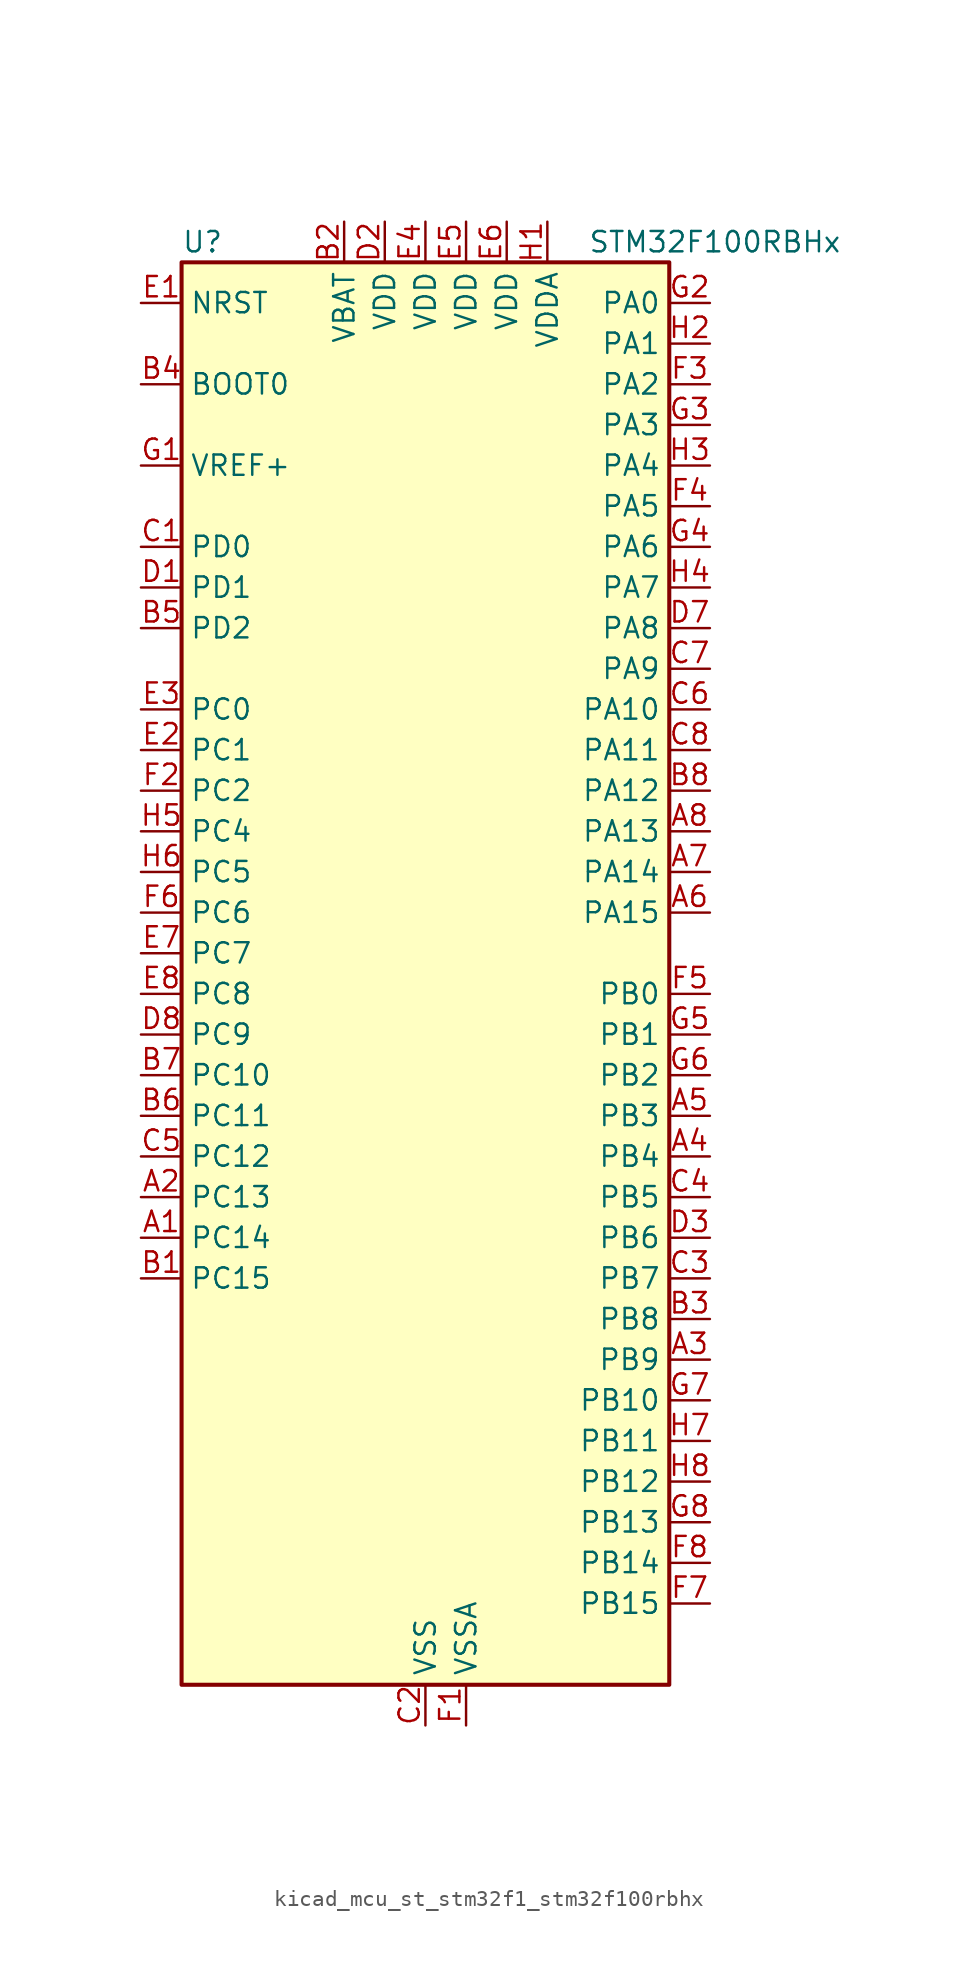
<source format=kicad_sym>
(kicad_symbol_lib
  (version 20220914)
  (generator kicad_symbol_editor)
  (symbol "kicad_mcu_st_stm32f1_stm32f100rbhx"
    (property "Reference" "U"
      (at -15.24 46.99 0)
      (effects (font (size 1.27 1.27)) (justify left)))
    (property "Value" "STM32F100RBHx"
      (at 10.16 46.99 0)
      (effects (font (size 1.27 1.27)) (justify left)))
    (property "ki_locked" ""
      (at 0 0 0)
      (effects (font (size 1.27 1.27))))
    (symbol "kicad_mcu_st_stm32f1_stm32f100rbhx_0_1"
      (rectangle (start -15.24 -43.18) (end 15.24 45.72) (stroke (width 0.254) (type default)) (fill (type background))))
    (symbol "kicad_mcu_st_stm32f1_stm32f100rbhx_1_1"
      (pin bidirectional line (at -17.78 -15.24 0) (length 2.54) (name "PC14" (effects (font (size 1.27 1.27)))) (number "A1" (effects (font (size 1.27 1.27)))) (alternate "RCC_OSC32_IN" bidirectional line))
      (pin bidirectional line (at -17.78 -12.7 0) (length 2.54) (name "PC13" (effects (font (size 1.27 1.27)))) (number "A2" (effects (font (size 1.27 1.27)))) (alternate "RTC_OUT" bidirectional line) (alternate "RTC_TAMPER" bidirectional line))
      (pin bidirectional line (at 17.78 -22.86 180) (length 2.54) (name "PB9" (effects (font (size 1.27 1.27)))) (number "A3" (effects (font (size 1.27 1.27)))) (alternate "DAC_EXTI9" bidirectional line) (alternate "I2C1_SDA" bidirectional line) (alternate "TIM17_CH1" bidirectional line) (alternate "TIM4_CH4" bidirectional line))
      (pin bidirectional line (at 17.78 -10.16 180) (length 2.54) (name "PB4" (effects (font (size 1.27 1.27)))) (number "A4" (effects (font (size 1.27 1.27)))) (alternate "SPI1_MISO" bidirectional line) (alternate "SYS_NJTRST" bidirectional line) (alternate "TIM3_CH1" bidirectional line))
      (pin bidirectional line (at 17.78 -7.62 180) (length 2.54) (name "PB3" (effects (font (size 1.27 1.27)))) (number "A5" (effects (font (size 1.27 1.27)))) (alternate "SPI1_SCK" bidirectional line) (alternate "SYS_JTDO-TRACESWO" bidirectional line) (alternate "TIM2_CH2" bidirectional line))
      (pin bidirectional line (at 17.78 5.08 180) (length 2.54) (name "PA15" (effects (font (size 1.27 1.27)))) (number "A6" (effects (font (size 1.27 1.27)))) (alternate "ADC1_EXTI15" bidirectional line) (alternate "SPI1_NSS" bidirectional line) (alternate "SYS_JTDI" bidirectional line) (alternate "TIM2_CH1" bidirectional line) (alternate "TIM2_ETR" bidirectional line))
      (pin bidirectional line (at 17.78 7.62 180) (length 2.54) (name "PA14" (effects (font (size 1.27 1.27)))) (number "A7" (effects (font (size 1.27 1.27)))) (alternate "SYS_JTCK-SWCLK" bidirectional line))
      (pin bidirectional line (at 17.78 10.16 180) (length 2.54) (name "PA13" (effects (font (size 1.27 1.27)))) (number "A8" (effects (font (size 1.27 1.27)))) (alternate "SYS_JTMS-SWDIO" bidirectional line))
      (pin bidirectional line (at -17.78 -17.78 0) (length 2.54) (name "PC15" (effects (font (size 1.27 1.27)))) (number "B1" (effects (font (size 1.27 1.27)))) (alternate "ADC1_EXTI15" bidirectional line) (alternate "RCC_OSC32_OUT" bidirectional line))
      (pin power_in line (at -5.08 48.26 270) (length 2.54) (name "VBAT" (effects (font (size 1.27 1.27)))) (number "B2" (effects (font (size 1.27 1.27)))))
      (pin bidirectional line (at 17.78 -20.32 180) (length 2.54) (name "PB8" (effects (font (size 1.27 1.27)))) (number "B3" (effects (font (size 1.27 1.27)))) (alternate "CEC" bidirectional line) (alternate "I2C1_SCL" bidirectional line) (alternate "TIM16_CH1" bidirectional line) (alternate "TIM4_CH3" bidirectional line))
      (pin input line (at -17.78 38.1 0) (length 2.54) (name "BOOT0" (effects (font (size 1.27 1.27)))) (number "B4" (effects (font (size 1.27 1.27)))))
      (pin bidirectional line (at -17.78 22.86 0) (length 2.54) (name "PD2" (effects (font (size 1.27 1.27)))) (number "B5" (effects (font (size 1.27 1.27)))) (alternate "TIM3_ETR" bidirectional line))
      (pin bidirectional line (at -17.78 -7.62 0) (length 2.54) (name "PC11" (effects (font (size 1.27 1.27)))) (number "B6" (effects (font (size 1.27 1.27)))) (alternate "ADC1_EXTI11" bidirectional line) (alternate "USART3_RX" bidirectional line))
      (pin bidirectional line (at -17.78 -5.08 0) (length 2.54) (name "PC10" (effects (font (size 1.27 1.27)))) (number "B7" (effects (font (size 1.27 1.27)))) (alternate "USART3_TX" bidirectional line))
      (pin bidirectional line (at 17.78 12.7 180) (length 2.54) (name "PA12" (effects (font (size 1.27 1.27)))) (number "B8" (effects (font (size 1.27 1.27)))) (alternate "TIM1_ETR" bidirectional line) (alternate "USART1_RTS" bidirectional line))
      (pin bidirectional line (at -17.78 27.94 0) (length 2.54) (name "PD0" (effects (font (size 1.27 1.27)))) (number "C1" (effects (font (size 1.27 1.27)))) (alternate "RCC_OSC_IN" bidirectional line))
      (pin power_in line (at 0 -45.72 90) (length 2.54) (name "VSS" (effects (font (size 1.27 1.27)))) (number "C2" (effects (font (size 1.27 1.27)))))
      (pin bidirectional line (at 17.78 -17.78 180) (length 2.54) (name "PB7" (effects (font (size 1.27 1.27)))) (number "C3" (effects (font (size 1.27 1.27)))) (alternate "I2C1_SDA" bidirectional line) (alternate "TIM17_CH1N" bidirectional line) (alternate "TIM4_CH2" bidirectional line) (alternate "USART1_RX" bidirectional line))
      (pin bidirectional line (at 17.78 -12.7 180) (length 2.54) (name "PB5" (effects (font (size 1.27 1.27)))) (number "C4" (effects (font (size 1.27 1.27)))) (alternate "I2C1_SMBA" bidirectional line) (alternate "SPI1_MOSI" bidirectional line) (alternate "TIM16_BKIN" bidirectional line) (alternate "TIM3_CH2" bidirectional line))
      (pin bidirectional line (at -17.78 -10.16 0) (length 2.54) (name "PC12" (effects (font (size 1.27 1.27)))) (number "C5" (effects (font (size 1.27 1.27)))) (alternate "USART3_CK" bidirectional line))
      (pin bidirectional line (at 17.78 17.78 180) (length 2.54) (name "PA10" (effects (font (size 1.27 1.27)))) (number "C6" (effects (font (size 1.27 1.27)))) (alternate "TIM17_BKIN" bidirectional line) (alternate "TIM1_CH3" bidirectional line) (alternate "USART1_RX" bidirectional line))
      (pin bidirectional line (at 17.78 20.32 180) (length 2.54) (name "PA9" (effects (font (size 1.27 1.27)))) (number "C7" (effects (font (size 1.27 1.27)))) (alternate "DAC_EXTI9" bidirectional line) (alternate "TIM15_BKIN" bidirectional line) (alternate "TIM1_CH2" bidirectional line) (alternate "USART1_TX" bidirectional line))
      (pin bidirectional line (at 17.78 15.24 180) (length 2.54) (name "PA11" (effects (font (size 1.27 1.27)))) (number "C8" (effects (font (size 1.27 1.27)))) (alternate "ADC1_EXTI11" bidirectional line) (alternate "TIM1_CH4" bidirectional line) (alternate "USART1_CTS" bidirectional line))
      (pin bidirectional line (at -17.78 25.4 0) (length 2.54) (name "PD1" (effects (font (size 1.27 1.27)))) (number "D1" (effects (font (size 1.27 1.27)))) (alternate "RCC_OSC_OUT" bidirectional line))
      (pin power_in line (at -2.54 48.26 270) (length 2.54) (name "VDD" (effects (font (size 1.27 1.27)))) (number "D2" (effects (font (size 1.27 1.27)))))
      (pin bidirectional line (at 17.78 -15.24 180) (length 2.54) (name "PB6" (effects (font (size 1.27 1.27)))) (number "D3" (effects (font (size 1.27 1.27)))) (alternate "I2C1_SCL" bidirectional line) (alternate "TIM16_CH1N" bidirectional line) (alternate "TIM4_CH1" bidirectional line) (alternate "USART1_TX" bidirectional line))
      (pin passive line (at 0 -45.72 90) (length 2.54) hide (name "VSS" (effects (font (size 1.27 1.27)))) (number "D4" (effects (font (size 1.27 1.27)))))
      (pin passive line (at 0 -45.72 90) (length 2.54) hide (name "VSS" (effects (font (size 1.27 1.27)))) (number "D5" (effects (font (size 1.27 1.27)))))
      (pin passive line (at 0 -45.72 90) (length 2.54) hide (name "VSS" (effects (font (size 1.27 1.27)))) (number "D6" (effects (font (size 1.27 1.27)))))
      (pin bidirectional line (at 17.78 22.86 180) (length 2.54) (name "PA8" (effects (font (size 1.27 1.27)))) (number "D7" (effects (font (size 1.27 1.27)))) (alternate "RCC_MCO" bidirectional line) (alternate "TIM1_CH1" bidirectional line) (alternate "USART1_CK" bidirectional line))
      (pin bidirectional line (at -17.78 -2.54 0) (length 2.54) (name "PC9" (effects (font (size 1.27 1.27)))) (number "D8" (effects (font (size 1.27 1.27)))) (alternate "DAC_EXTI9" bidirectional line) (alternate "TIM3_CH4" bidirectional line))
      (pin input line (at -17.78 43.18 0) (length 2.54) (name "NRST" (effects (font (size 1.27 1.27)))) (number "E1" (effects (font (size 1.27 1.27)))))
      (pin bidirectional line (at -17.78 15.24 0) (length 2.54) (name "PC1" (effects (font (size 1.27 1.27)))) (number "E2" (effects (font (size 1.27 1.27)))) (alternate "ADC1_IN11" bidirectional line))
      (pin bidirectional line (at -17.78 17.78 0) (length 2.54) (name "PC0" (effects (font (size 1.27 1.27)))) (number "E3" (effects (font (size 1.27 1.27)))) (alternate "ADC1_IN10" bidirectional line))
      (pin power_in line (at 0 48.26 270) (length 2.54) (name "VDD" (effects (font (size 1.27 1.27)))) (number "E4" (effects (font (size 1.27 1.27)))))
      (pin power_in line (at 2.54 48.26 270) (length 2.54) (name "VDD" (effects (font (size 1.27 1.27)))) (number "E5" (effects (font (size 1.27 1.27)))))
      (pin power_in line (at 5.08 48.26 270) (length 2.54) (name "VDD" (effects (font (size 1.27 1.27)))) (number "E6" (effects (font (size 1.27 1.27)))))
      (pin bidirectional line (at -17.78 2.54 0) (length 2.54) (name "PC7" (effects (font (size 1.27 1.27)))) (number "E7" (effects (font (size 1.27 1.27)))) (alternate "TIM3_CH2" bidirectional line))
      (pin bidirectional line (at -17.78 0 0) (length 2.54) (name "PC8" (effects (font (size 1.27 1.27)))) (number "E8" (effects (font (size 1.27 1.27)))) (alternate "TIM3_CH3" bidirectional line))
      (pin power_in line (at 2.54 -45.72 90) (length 2.54) (name "VSSA" (effects (font (size 1.27 1.27)))) (number "F1" (effects (font (size 1.27 1.27)))))
      (pin bidirectional line (at -17.78 12.7 0) (length 2.54) (name "PC2" (effects (font (size 1.27 1.27)))) (number "F2" (effects (font (size 1.27 1.27)))) (alternate "ADC1_IN12" bidirectional line))
      (pin bidirectional line (at 17.78 38.1 180) (length 2.54) (name "PA2" (effects (font (size 1.27 1.27)))) (number "F3" (effects (font (size 1.27 1.27)))) (alternate "ADC1_IN2" bidirectional line) (alternate "TIM15_CH1" bidirectional line) (alternate "TIM2_CH3" bidirectional line) (alternate "USART2_TX" bidirectional line))
      (pin bidirectional line (at 17.78 30.48 180) (length 2.54) (name "PA5" (effects (font (size 1.27 1.27)))) (number "F4" (effects (font (size 1.27 1.27)))) (alternate "ADC1_IN5" bidirectional line) (alternate "DAC_OUT2" bidirectional line) (alternate "SPI1_SCK" bidirectional line))
      (pin bidirectional line (at 17.78 0 180) (length 2.54) (name "PB0" (effects (font (size 1.27 1.27)))) (number "F5" (effects (font (size 1.27 1.27)))) (alternate "ADC1_IN8" bidirectional line) (alternate "TIM1_CH2N" bidirectional line) (alternate "TIM3_CH3" bidirectional line))
      (pin bidirectional line (at -17.78 5.08 0) (length 2.54) (name "PC6" (effects (font (size 1.27 1.27)))) (number "F6" (effects (font (size 1.27 1.27)))) (alternate "TIM3_CH1" bidirectional line))
      (pin bidirectional line (at 17.78 -38.1 180) (length 2.54) (name "PB15" (effects (font (size 1.27 1.27)))) (number "F7" (effects (font (size 1.27 1.27)))) (alternate "ADC1_EXTI15" bidirectional line) (alternate "SPI2_MOSI" bidirectional line) (alternate "TIM15_CH1N" bidirectional line) (alternate "TIM15_CH2" bidirectional line) (alternate "TIM1_CH3N" bidirectional line))
      (pin bidirectional line (at 17.78 -35.56 180) (length 2.54) (name "PB14" (effects (font (size 1.27 1.27)))) (number "F8" (effects (font (size 1.27 1.27)))) (alternate "SPI2_MISO" bidirectional line) (alternate "TIM15_CH1" bidirectional line) (alternate "TIM1_CH2N" bidirectional line) (alternate "USART3_RTS" bidirectional line))
      (pin input line (at -17.78 33.02 0) (length 2.54) (name "VREF+" (effects (font (size 1.27 1.27)))) (number "G1" (effects (font (size 1.27 1.27)))))
      (pin bidirectional line (at 17.78 43.18 180) (length 2.54) (name "PA0" (effects (font (size 1.27 1.27)))) (number "G2" (effects (font (size 1.27 1.27)))) (alternate "ADC1_IN0" bidirectional line) (alternate "SYS_WKUP" bidirectional line) (alternate "TIM2_CH1" bidirectional line) (alternate "TIM2_ETR" bidirectional line) (alternate "USART2_CTS" bidirectional line))
      (pin bidirectional line (at 17.78 35.56 180) (length 2.54) (name "PA3" (effects (font (size 1.27 1.27)))) (number "G3" (effects (font (size 1.27 1.27)))) (alternate "ADC1_IN3" bidirectional line) (alternate "TIM15_CH2" bidirectional line) (alternate "TIM2_CH4" bidirectional line) (alternate "USART2_RX" bidirectional line))
      (pin bidirectional line (at 17.78 27.94 180) (length 2.54) (name "PA6" (effects (font (size 1.27 1.27)))) (number "G4" (effects (font (size 1.27 1.27)))) (alternate "ADC1_IN6" bidirectional line) (alternate "SPI1_MISO" bidirectional line) (alternate "TIM16_CH1" bidirectional line) (alternate "TIM1_BKIN" bidirectional line) (alternate "TIM3_CH1" bidirectional line))
      (pin bidirectional line (at 17.78 -2.54 180) (length 2.54) (name "PB1" (effects (font (size 1.27 1.27)))) (number "G5" (effects (font (size 1.27 1.27)))) (alternate "ADC1_IN9" bidirectional line) (alternate "TIM1_CH3N" bidirectional line) (alternate "TIM3_CH4" bidirectional line))
      (pin bidirectional line (at 17.78 -5.08 180) (length 2.54) (name "PB2" (effects (font (size 1.27 1.27)))) (number "G6" (effects (font (size 1.27 1.27)))))
      (pin bidirectional line (at 17.78 -25.4 180) (length 2.54) (name "PB10" (effects (font (size 1.27 1.27)))) (number "G7" (effects (font (size 1.27 1.27)))) (alternate "CEC" bidirectional line) (alternate "I2C2_SCL" bidirectional line) (alternate "TIM2_CH3" bidirectional line) (alternate "USART3_TX" bidirectional line))
      (pin bidirectional line (at 17.78 -33.02 180) (length 2.54) (name "PB13" (effects (font (size 1.27 1.27)))) (number "G8" (effects (font (size 1.27 1.27)))) (alternate "SPI2_SCK" bidirectional line) (alternate "TIM1_CH1N" bidirectional line) (alternate "USART3_CTS" bidirectional line))
      (pin power_in line (at 7.62 48.26 270) (length 2.54) (name "VDDA" (effects (font (size 1.27 1.27)))) (number "H1" (effects (font (size 1.27 1.27)))))
      (pin bidirectional line (at 17.78 40.64 180) (length 2.54) (name "PA1" (effects (font (size 1.27 1.27)))) (number "H2" (effects (font (size 1.27 1.27)))) (alternate "ADC1_IN1" bidirectional line) (alternate "TIM2_CH2" bidirectional line) (alternate "USART2_RTS" bidirectional line))
      (pin bidirectional line (at 17.78 33.02 180) (length 2.54) (name "PA4" (effects (font (size 1.27 1.27)))) (number "H3" (effects (font (size 1.27 1.27)))) (alternate "ADC1_IN4" bidirectional line) (alternate "DAC_OUT1" bidirectional line) (alternate "SPI1_NSS" bidirectional line) (alternate "USART2_CK" bidirectional line))
      (pin bidirectional line (at 17.78 25.4 180) (length 2.54) (name "PA7" (effects (font (size 1.27 1.27)))) (number "H4" (effects (font (size 1.27 1.27)))) (alternate "ADC1_IN7" bidirectional line) (alternate "SPI1_MOSI" bidirectional line) (alternate "TIM17_CH1" bidirectional line) (alternate "TIM1_CH1N" bidirectional line) (alternate "TIM3_CH2" bidirectional line))
      (pin bidirectional line (at -17.78 10.16 0) (length 2.54) (name "PC4" (effects (font (size 1.27 1.27)))) (number "H5" (effects (font (size 1.27 1.27)))) (alternate "ADC1_IN14" bidirectional line))
      (pin bidirectional line (at -17.78 7.62 0) (length 2.54) (name "PC5" (effects (font (size 1.27 1.27)))) (number "H6" (effects (font (size 1.27 1.27)))) (alternate "ADC1_IN15" bidirectional line))
      (pin bidirectional line (at 17.78 -27.94 180) (length 2.54) (name "PB11" (effects (font (size 1.27 1.27)))) (number "H7" (effects (font (size 1.27 1.27)))) (alternate "ADC1_EXTI11" bidirectional line) (alternate "I2C2_SDA" bidirectional line) (alternate "TIM2_CH4" bidirectional line) (alternate "USART3_RX" bidirectional line))
      (pin bidirectional line (at 17.78 -30.48 180) (length 2.54) (name "PB12" (effects (font (size 1.27 1.27)))) (number "H8" (effects (font (size 1.27 1.27)))) (alternate "I2C2_SMBA" bidirectional line) (alternate "SPI2_NSS" bidirectional line) (alternate "TIM1_BKIN" bidirectional line) (alternate "USART3_CK" bidirectional line)))))
</source>
